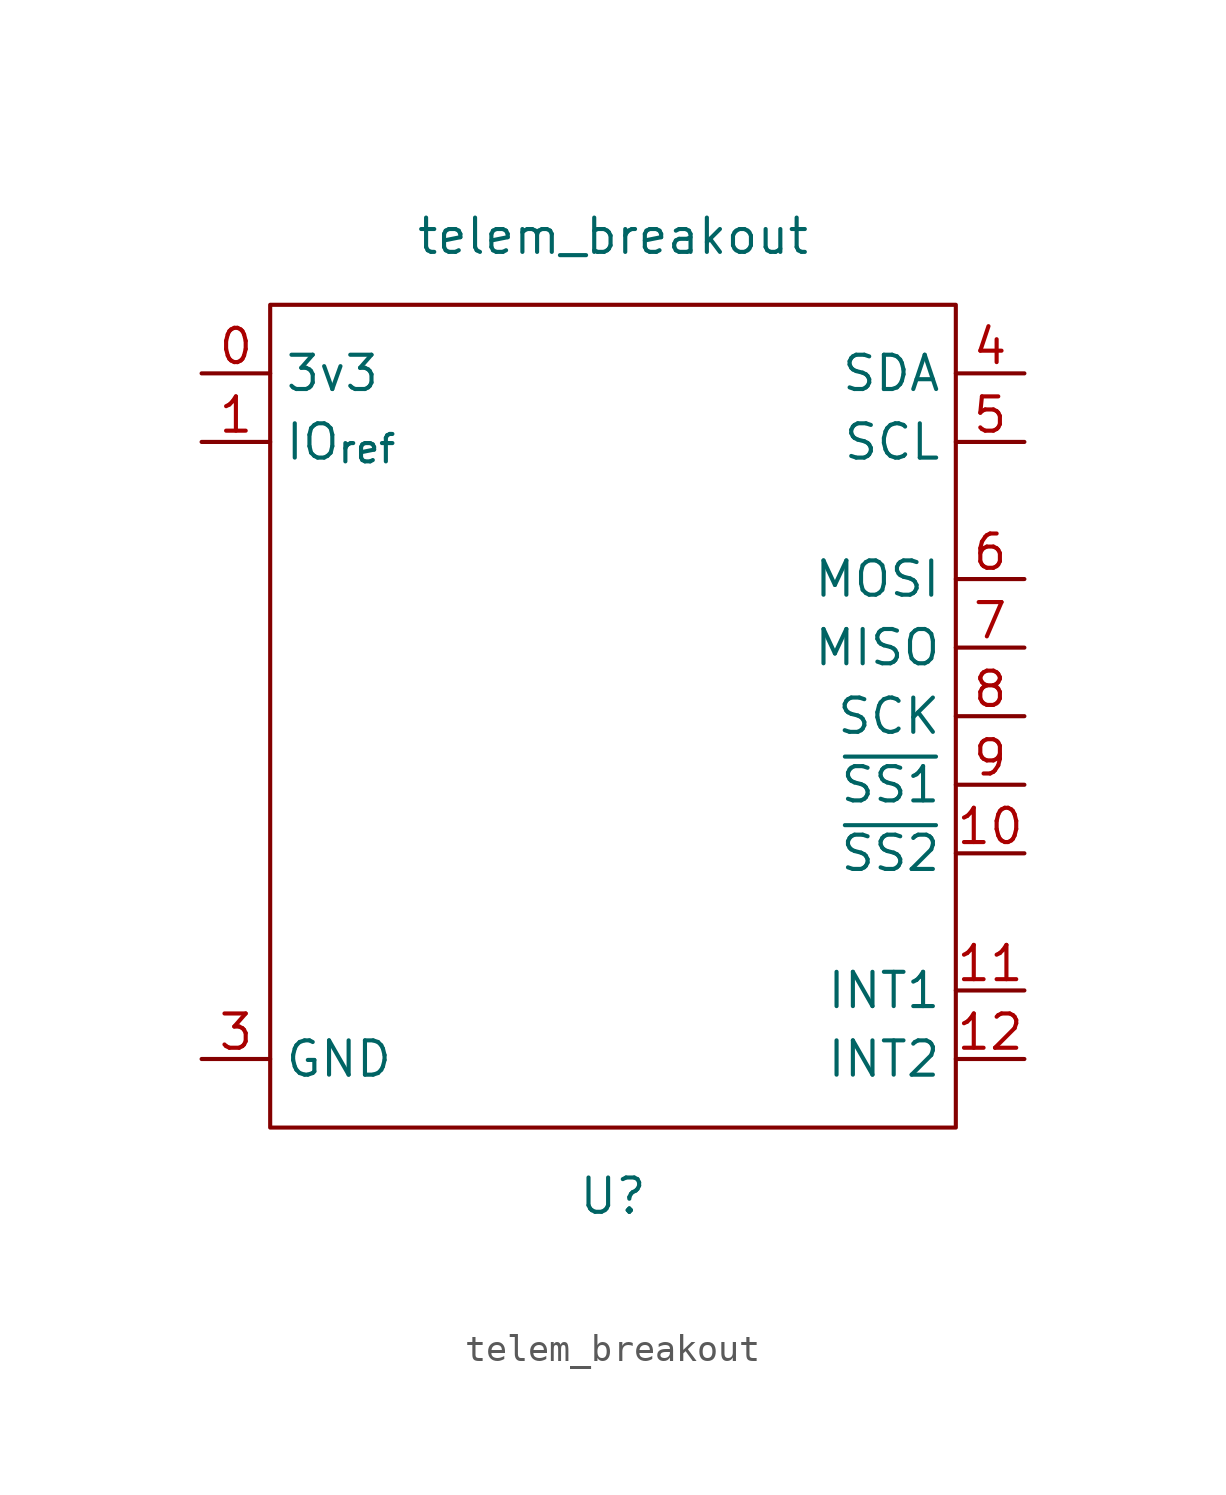
<source format=kicad_sym>
(kicad_symbol_lib
  (version 20210619)
  (generator kicad_symbol_editor)
  (symbol "a-team:telem_breakout"
    (property "Reference" "U"
      (at 0 -20.32 0)
      (effects (font (size 1.27 1.27))))
    (property "Value" "telem_breakout"
      (at 0 15.24 0)
      (effects (font (size 1.27 1.27))))
    (symbol "telem_breakout_0_1"
      (rectangle (start -12.7 12.7) (end 12.7 -17.78) (stroke (width 0.152)) (fill (type none))))
    (symbol "telem_breakout_1_1"
      (pin power_in line (at -15.24 10.16 0) (length 2.54) (name "3v3" (effects (font (size 1.27 1.27)))) (number "0" (effects (font (size 1.27 1.27)))))
      (pin power_out line (at -15.24 7.62 0) (length 2.54) (name "IO_{ref}" (effects (font (size 1.27 1.27)))) (number "1" (effects (font (size 1.27 1.27)))))
      (pin input line (at 15.24 -7.62 180) (length 2.54) (name "~{SS2}" (effects (font (size 1.27 1.27)))) (number "10" (effects (font (size 1.27 1.27)))))
      (pin output line (at 15.24 -12.7 180) (length 2.54) (name "INT1" (effects (font (size 1.27 1.27)))) (number "11" (effects (font (size 1.27 1.27)))))
      (pin output line (at 15.24 -15.24 180) (length 2.54) (name "INT2" (effects (font (size 1.27 1.27)))) (number "12" (effects (font (size 1.27 1.27)))))
      (pin power_in line (at -15.24 -15.24 0) (length 2.54) (name "GND" (effects (font (size 1.27 1.27)))) (number "3" (effects (font (size 1.27 1.27)))))
      (pin bidirectional line (at 15.24 10.16 180) (length 2.54) (name "SDA" (effects (font (size 1.27 1.27)))) (number "4" (effects (font (size 1.27 1.27)))))
      (pin input line (at 15.24 7.62 180) (length 2.54) (name "SCL" (effects (font (size 1.27 1.27)))) (number "5" (effects (font (size 1.27 1.27)))))
      (pin input line (at 15.24 2.54 180) (length 2.54) (name "MOSI" (effects (font (size 1.27 1.27)))) (number "6" (effects (font (size 1.27 1.27)))))
      (pin output line (at 15.24 0 180) (length 2.54) (name "MISO" (effects (font (size 1.27 1.27)))) (number "7" (effects (font (size 1.27 1.27)))))
      (pin input line (at 15.24 -2.54 180) (length 2.54) (name "SCK" (effects (font (size 1.27 1.27)))) (number "8" (effects (font (size 1.27 1.27)))))
      (pin input line (at 15.24 -5.08 180) (length 2.54) (name "~{SS1}" (effects (font (size 1.27 1.27)))) (number "9" (effects (font (size 1.27 1.27))))))))
</source>
